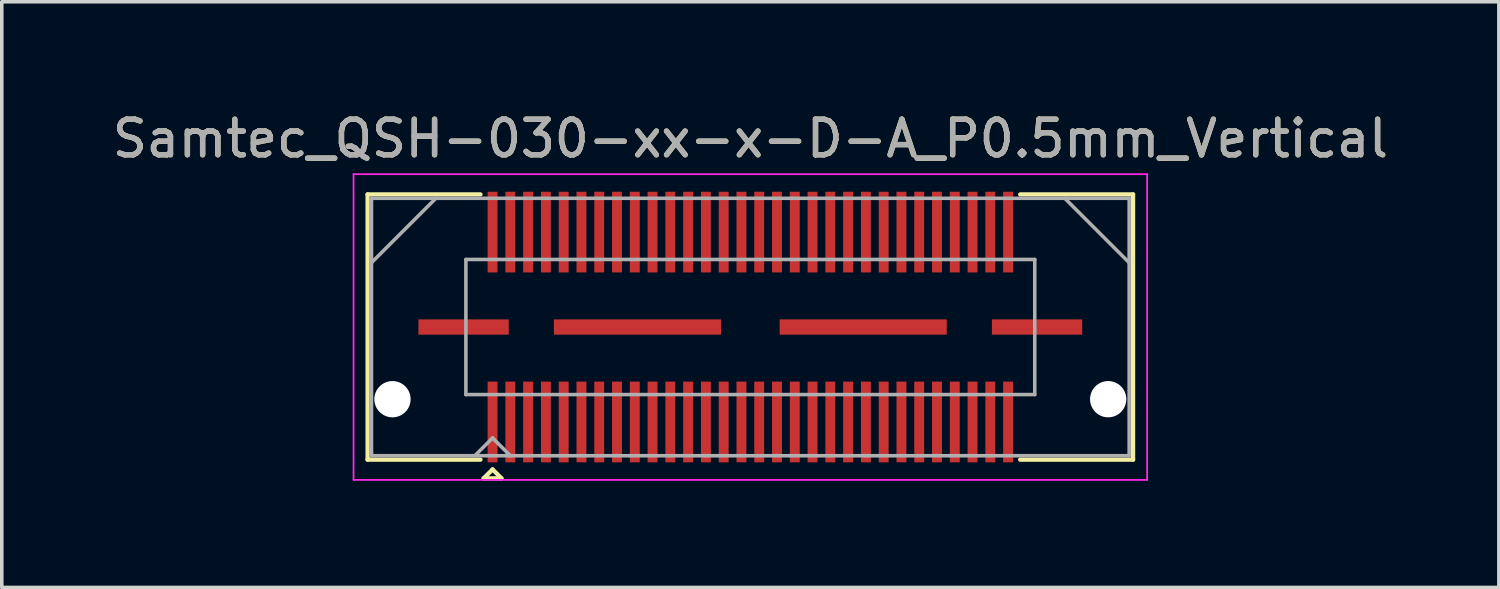
<source format=kicad_pcb>
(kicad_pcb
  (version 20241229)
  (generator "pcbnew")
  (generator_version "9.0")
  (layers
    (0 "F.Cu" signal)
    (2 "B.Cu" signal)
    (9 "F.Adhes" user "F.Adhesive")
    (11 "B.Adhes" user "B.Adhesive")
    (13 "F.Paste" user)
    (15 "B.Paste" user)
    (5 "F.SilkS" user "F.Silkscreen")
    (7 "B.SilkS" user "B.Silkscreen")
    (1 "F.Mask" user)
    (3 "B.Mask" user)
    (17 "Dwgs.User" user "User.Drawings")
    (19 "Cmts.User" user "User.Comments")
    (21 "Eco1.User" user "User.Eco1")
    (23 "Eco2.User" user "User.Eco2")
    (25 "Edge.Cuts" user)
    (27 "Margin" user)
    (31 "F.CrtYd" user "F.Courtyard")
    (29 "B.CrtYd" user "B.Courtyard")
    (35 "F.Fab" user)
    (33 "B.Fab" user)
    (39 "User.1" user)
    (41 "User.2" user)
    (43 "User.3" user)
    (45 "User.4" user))
  (footprint "Samtec_QSH-030-xx-x-D-A_P0.5mm_Vertical"
    (layer "F.Cu")
    (at 18.054 6.148)
    (property "Reference" "Samtec_QSH-030-xx-x-D-A_P0.5mm_Vertical" (at 0 -5.3 0) (layer "F.SilkS") (effects (font (size 1 1) (thickness 0.15))))
    (attr smd)
    (fp_line (start -10.765 -3.73) (end -7.59 -3.73) (stroke (width 0.12) (type solid)) (layer "F.SilkS"))
    (fp_line (start -10.765 3.73) (end -10.765 -3.73) (stroke (width 0.12) (type solid)) (layer "F.SilkS"))
    (fp_line (start -7.59 3.73) (end -10.765 3.73) (stroke (width 0.12) (type solid)) (layer "F.SilkS"))
    (fp_line (start -7.5 4.255) (end -7.25 4.005) (stroke (width 0.12) (type solid)) (layer "F.SilkS"))
    (fp_line (start -7.25 4.005) (end -7 4.255) (stroke (width 0.12) (type solid)) (layer "F.SilkS"))
    (fp_line (start -7 4.255) (end -7.5 4.255) (stroke (width 0.12) (type solid)) (layer "F.SilkS"))
    (fp_line (start 7.59 3.73) (end 10.765 3.73) (stroke (width 0.12) (type solid)) (layer "F.SilkS"))
    (fp_line (start 10.765 -3.73) (end 7.59 -3.73) (stroke (width 0.12) (type solid)) (layer "F.SilkS"))
    (fp_line (start 10.765 3.73) (end 10.765 -3.73) (stroke (width 0.12) (type solid)) (layer "F.SilkS"))
    (fp_line (start -11.16 -4.3) (end -11.16 4.3) (stroke (width 0.05) (type solid)) (layer "F.CrtYd"))
    (fp_line (start -11.16 4.3) (end 11.16 4.3) (stroke (width 0.05) (type solid)) (layer "F.CrtYd"))
    (fp_line (start 11.16 -4.3) (end -11.16 -4.3) (stroke (width 0.05) (type solid)) (layer "F.CrtYd"))
    (fp_line (start 11.16 4.3) (end 11.16 -4.3) (stroke (width 0.05) (type solid)) (layer "F.CrtYd"))
    (fp_line (start -10.655 -3.62) (end -10.655 3.62) (stroke (width 0.1) (type solid)) (layer "F.Fab"))
    (fp_line (start -10.655 -1.81) (end -8.845 -3.62) (stroke (width 0.1) (type solid)) (layer "F.Fab"))
    (fp_line (start -10.655 3.62) (end 10.655 3.62) (stroke (width 0.1) (type solid)) (layer "F.Fab"))
    (fp_line (start -8 -1.9) (end -8 1.9) (stroke (width 0.1) (type solid)) (layer "F.Fab"))
    (fp_line (start -8 1.9) (end 8 1.9) (stroke (width 0.1) (type solid)) (layer "F.Fab"))
    (fp_line (start -7.75 3.62) (end -7.25 3.12) (stroke (width 0.1) (type solid)) (layer "F.Fab"))
    (fp_line (start -7.25 3.12) (end -6.75 3.62) (stroke (width 0.1) (type solid)) (layer "F.Fab"))
    (fp_line (start 8 -1.9) (end -8 -1.9) (stroke (width 0.1) (type solid)) (layer "F.Fab"))
    (fp_line (start 8 1.9) (end 8 -1.9) (stroke (width 0.1) (type solid)) (layer "F.Fab"))
    (fp_line (start 10.655 -3.62) (end -10.655 -3.62) (stroke (width 0.1) (type solid)) (layer "F.Fab"))
    (fp_line (start 10.655 -1.81) (end 8.845 -3.62) (stroke (width 0.1) (type solid)) (layer "F.Fab"))
    (fp_line (start 10.655 3.62) (end 10.655 -3.62) (stroke (width 0.1) (type solid)) (layer "F.Fab"))
    (fp_text user "${REFERENCE}" (at 0 -5.3 0) (layer "F.Fab") (effects (font (size 1 1) (thickness 0.15))))
    (pad "" np_thru_hole circle (at -10.065 2.03) (size 1.02 1.02) (drill 1.02) (layers "*.Cu" "*.Mask"))
    (pad "" np_thru_hole circle (at 10.065 2.03) (size 1.02 1.02) (drill 1.02) (layers "*.Cu" "*.Mask"))
    (pad "1" smd rect (at -7.25 2.67) (size 0.279 2.27) (layers "F.Cu" "F.Mask" "F.Paste"))
    (pad "2" smd rect (at -7.25 -2.67) (size 0.279 2.27) (layers "F.Cu" "F.Mask" "F.Paste"))
    (pad "3" smd rect (at -6.75 2.67) (size 0.279 2.27) (layers "F.Cu" "F.Mask" "F.Paste"))
    (pad "4" smd rect (at -6.75 -2.67) (size 0.279 2.27) (layers "F.Cu" "F.Mask" "F.Paste"))
    (pad "5" smd rect (at -6.25 2.67) (size 0.279 2.27) (layers "F.Cu" "F.Mask" "F.Paste"))
    (pad "6" smd rect (at -6.25 -2.67) (size 0.279 2.27) (layers "F.Cu" "F.Mask" "F.Paste"))
    (pad "7" smd rect (at -5.75 2.67) (size 0.279 2.27) (layers "F.Cu" "F.Mask" "F.Paste"))
    (pad "8" smd rect (at -5.75 -2.67) (size 0.279 2.27) (layers "F.Cu" "F.Mask" "F.Paste"))
    (pad "9" smd rect (at -5.25 2.67) (size 0.279 2.27) (layers "F.Cu" "F.Mask" "F.Paste"))
    (pad "10" smd rect (at -5.25 -2.67) (size 0.279 2.27) (layers "F.Cu" "F.Mask" "F.Paste"))
    (pad "11" smd rect (at -4.75 2.67) (size 0.279 2.27) (layers "F.Cu" "F.Mask" "F.Paste"))
    (pad "12" smd rect (at -4.75 -2.67) (size 0.279 2.27) (layers "F.Cu" "F.Mask" "F.Paste"))
    (pad "13" smd rect (at -4.25 2.67) (size 0.279 2.27) (layers "F.Cu" "F.Mask" "F.Paste"))
    (pad "14" smd rect (at -4.25 -2.67) (size 0.279 2.27) (layers "F.Cu" "F.Mask" "F.Paste"))
    (pad "15" smd rect (at -3.75 2.67) (size 0.279 2.27) (layers "F.Cu" "F.Mask" "F.Paste"))
    (pad "16" smd rect (at -3.75 -2.67) (size 0.279 2.27) (layers "F.Cu" "F.Mask" "F.Paste"))
    (pad "17" smd rect (at -3.25 2.67) (size 0.279 2.27) (layers "F.Cu" "F.Mask" "F.Paste"))
    (pad "18" smd rect (at -3.25 -2.67) (size 0.279 2.27) (layers "F.Cu" "F.Mask" "F.Paste"))
    (pad "19" smd rect (at -2.75 2.67) (size 0.279 2.27) (layers "F.Cu" "F.Mask" "F.Paste"))
    (pad "20" smd rect (at -2.75 -2.67) (size 0.279 2.27) (layers "F.Cu" "F.Mask" "F.Paste"))
    (pad "21" smd rect (at -2.25 2.67) (size 0.279 2.27) (layers "F.Cu" "F.Mask" "F.Paste"))
    (pad "22" smd rect (at -2.25 -2.67) (size 0.279 2.27) (layers "F.Cu" "F.Mask" "F.Paste"))
    (pad "23" smd rect (at -1.75 2.67) (size 0.279 2.27) (layers "F.Cu" "F.Mask" "F.Paste"))
    (pad "24" smd rect (at -1.75 -2.67) (size 0.279 2.27) (layers "F.Cu" "F.Mask" "F.Paste"))
    (pad "25" smd rect (at -1.25 2.67) (size 0.279 2.27) (layers "F.Cu" "F.Mask" "F.Paste"))
    (pad "26" smd rect (at -1.25 -2.67) (size 0.279 2.27) (layers "F.Cu" "F.Mask" "F.Paste"))
    (pad "27" smd rect (at -0.75 2.67) (size 0.279 2.27) (layers "F.Cu" "F.Mask" "F.Paste"))
    (pad "28" smd rect (at -0.75 -2.67) (size 0.279 2.27) (layers "F.Cu" "F.Mask" "F.Paste"))
    (pad "29" smd rect (at -0.25 2.67) (size 0.279 2.27) (layers "F.Cu" "F.Mask" "F.Paste"))
    (pad "30" smd rect (at -0.25 -2.67) (size 0.279 2.27) (layers "F.Cu" "F.Mask" "F.Paste"))
    (pad "31" smd rect (at 0.25 2.67) (size 0.279 2.27) (layers "F.Cu" "F.Mask" "F.Paste"))
    (pad "32" smd rect (at 0.25 -2.67) (size 0.279 2.27) (layers "F.Cu" "F.Mask" "F.Paste"))
    (pad "33" smd rect (at 0.75 2.67) (size 0.279 2.27) (layers "F.Cu" "F.Mask" "F.Paste"))
    (pad "34" smd rect (at 0.75 -2.67) (size 0.279 2.27) (layers "F.Cu" "F.Mask" "F.Paste"))
    (pad "35" smd rect (at 1.25 2.67) (size 0.279 2.27) (layers "F.Cu" "F.Mask" "F.Paste"))
    (pad "36" smd rect (at 1.25 -2.67) (size 0.279 2.27) (layers "F.Cu" "F.Mask" "F.Paste"))
    (pad "37" smd rect (at 1.75 2.67) (size 0.279 2.27) (layers "F.Cu" "F.Mask" "F.Paste"))
    (pad "38" smd rect (at 1.75 -2.67) (size 0.279 2.27) (layers "F.Cu" "F.Mask" "F.Paste"))
    (pad "39" smd rect (at 2.25 2.67) (size 0.279 2.27) (layers "F.Cu" "F.Mask" "F.Paste"))
    (pad "40" smd rect (at 2.25 -2.67) (size 0.279 2.27) (layers "F.Cu" "F.Mask" "F.Paste"))
    (pad "41" smd rect (at 2.75 2.67) (size 0.279 2.27) (layers "F.Cu" "F.Mask" "F.Paste"))
    (pad "42" smd rect (at 2.75 -2.67) (size 0.279 2.27) (layers "F.Cu" "F.Mask" "F.Paste"))
    (pad "43" smd rect (at 3.25 2.67) (size 0.279 2.27) (layers "F.Cu" "F.Mask" "F.Paste"))
    (pad "44" smd rect (at 3.25 -2.67) (size 0.279 2.27) (layers "F.Cu" "F.Mask" "F.Paste"))
    (pad "45" smd rect (at 3.75 2.67) (size 0.279 2.27) (layers "F.Cu" "F.Mask" "F.Paste"))
    (pad "46" smd rect (at 3.75 -2.67) (size 0.279 2.27) (layers "F.Cu" "F.Mask" "F.Paste"))
    (pad "47" smd rect (at 4.25 2.67) (size 0.279 2.27) (layers "F.Cu" "F.Mask" "F.Paste"))
    (pad "48" smd rect (at 4.25 -2.67) (size 0.279 2.27) (layers "F.Cu" "F.Mask" "F.Paste"))
    (pad "49" smd rect (at 4.75 2.67) (size 0.279 2.27) (layers "F.Cu" "F.Mask" "F.Paste"))
    (pad "50" smd rect (at 4.75 -2.67) (size 0.279 2.27) (layers "F.Cu" "F.Mask" "F.Paste"))
    (pad "51" smd rect (at 5.25 2.67) (size 0.279 2.27) (layers "F.Cu" "F.Mask" "F.Paste"))
    (pad "52" smd rect (at 5.25 -2.67) (size 0.279 2.27) (layers "F.Cu" "F.Mask" "F.Paste"))
    (pad "53" smd rect (at 5.75 2.67) (size 0.279 2.27) (layers "F.Cu" "F.Mask" "F.Paste"))
    (pad "54" smd rect (at 5.75 -2.67) (size 0.279 2.27) (layers "F.Cu" "F.Mask" "F.Paste"))
    (pad "55" smd rect (at 6.25 2.67) (size 0.279 2.27) (layers "F.Cu" "F.Mask" "F.Paste"))
    (pad "56" smd rect (at 6.25 -2.67) (size 0.279 2.27) (layers "F.Cu" "F.Mask" "F.Paste"))
    (pad "57" smd rect (at 6.75 2.67) (size 0.279 2.27) (layers "F.Cu" "F.Mask" "F.Paste"))
    (pad "58" smd rect (at 6.75 -2.67) (size 0.279 2.27) (layers "F.Cu" "F.Mask" "F.Paste"))
    (pad "59" smd rect (at 7.25 2.67) (size 0.279 2.27) (layers "F.Cu" "F.Mask" "F.Paste"))
    (pad "60" smd rect (at 7.25 -2.67) (size 0.279 2.27) (layers "F.Cu" "F.Mask" "F.Paste"))
    (pad "61" smd rect (at -8.065 0) (size 2.54 0.43) (layers "F.Cu" "F.Mask" "F.Paste"))
    (pad "62" smd rect (at -3.175 0) (size 4.7 0.43) (layers "F.Cu" "F.Mask" "F.Paste"))
    (pad "63" smd rect (at 3.175 0) (size 4.7 0.43) (layers "F.Cu" "F.Mask" "F.Paste"))
    (pad "64" smd rect (at 8.065 0) (size 2.54 0.43) (layers "F.Cu" "F.Mask" "F.Paste")))
  (gr_rect
    (start -3 -3)
    (end 39.107 13.473)
    (stroke (width 0.1) (type default))
    (fill no)
    (layer "Edge.Cuts")))
</source>
